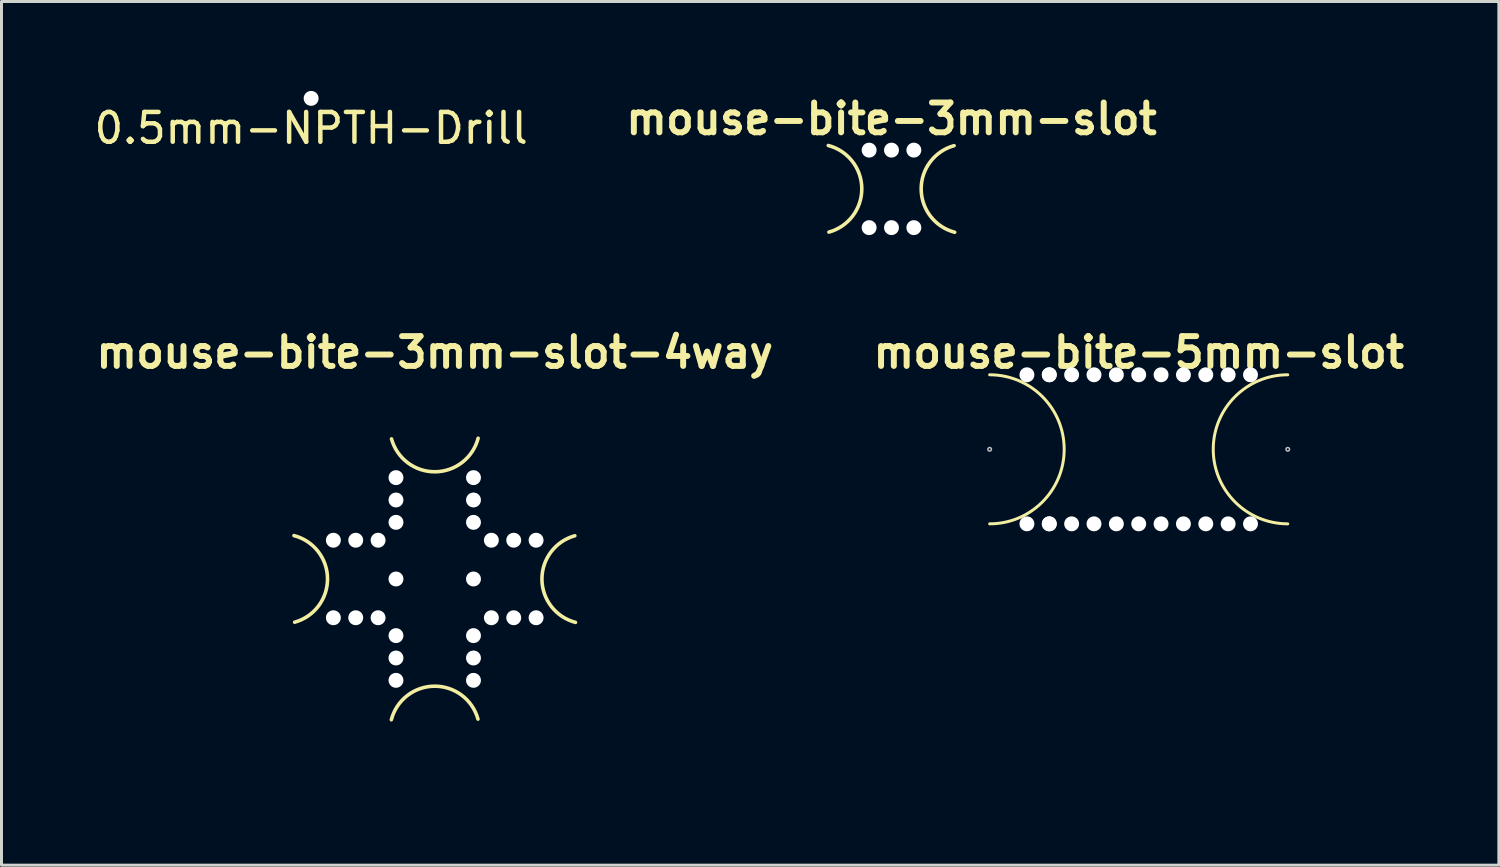
<source format=kicad_pcb>
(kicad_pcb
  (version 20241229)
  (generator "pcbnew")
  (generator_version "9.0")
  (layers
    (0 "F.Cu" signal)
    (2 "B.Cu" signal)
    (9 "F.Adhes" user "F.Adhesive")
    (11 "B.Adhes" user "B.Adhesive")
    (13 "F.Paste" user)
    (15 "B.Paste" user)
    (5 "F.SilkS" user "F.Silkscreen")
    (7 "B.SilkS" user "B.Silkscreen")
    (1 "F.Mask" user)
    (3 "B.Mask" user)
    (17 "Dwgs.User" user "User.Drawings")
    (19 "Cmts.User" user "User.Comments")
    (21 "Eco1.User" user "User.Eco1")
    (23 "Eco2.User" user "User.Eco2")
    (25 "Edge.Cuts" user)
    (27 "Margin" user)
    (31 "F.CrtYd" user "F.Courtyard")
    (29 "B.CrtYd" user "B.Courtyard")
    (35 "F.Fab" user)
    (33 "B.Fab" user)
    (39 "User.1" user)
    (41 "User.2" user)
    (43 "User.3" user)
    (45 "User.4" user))
  (footprint "0.5mm-NPTH-Drill"
    (layer "F.Cu")
    (at 7.387 0.25)
    (property "Reference" "0.5mm-NPTH-Drill" (at 0 1 0) (layer "F.SilkS") (effects (font (size 1 1) (thickness 0.15))))
    (attr through_hole)
    (pad "" np_thru_hole circle (at 0 0) (size 0.5 0.5) (drill 0.5) (layers "*.Cu" "*.Mask")))
  (footprint "mouse-bite-5mm-slot"
    (layer "F.Cu")
    (at 35.148 12.022)
    (property "Reference" "mouse-bite-5mm-slot" (at 0 -3.25 0) (layer "F.SilkS") (effects (font (size 1 1) (thickness 0.2))))
    (attr through_hole)
    (fp_arc (start -5 -2.5) (mid -2.5 0) (end -5 2.5) (stroke (width 0.1) (type solid)) (layer "F.SilkS"))
    (fp_arc (start 5 2.5) (mid 2.5 0) (end 5 -2.5) (stroke (width 0.1) (type solid)) (layer "F.SilkS"))
    (fp_circle (center -5 0) (end -4.94 0) (stroke (width 0.05) (type solid)) (fill no) (layer "Dwgs.User"))
    (fp_circle (center 5 0) (end 5.06 0) (stroke (width 0.05) (type solid)) (fill no) (layer "Dwgs.User"))
    (fp_line (start -5 0) (end -5 0) (stroke (width 5) (type solid)) (layer "Eco1.User"))
    (fp_line (start 5 0) (end 5 0) (stroke (width 5) (type solid)) (layer "Eco1.User"))
    (pad "" np_thru_hole circle (at -3.75 -2.5) (size 0.5 0.5) (drill 0.5) (layers "*.Cu" "*.Mask"))
    (pad "" np_thru_hole circle (at -3.75 2.5) (size 0.5 0.5) (drill 0.5) (layers "*.Cu" "*.Mask"))
    (pad "" np_thru_hole circle (at -3 -2.5) (size 0.5 0.5) (drill 0.5) (layers "*.Cu" "*.Mask"))
    (pad "" np_thru_hole circle (at -3 -2.5) (size 0.5 0.5) (drill 0.5) (layers "*.Cu" "*.Mask"))
    (pad "" np_thru_hole circle (at -3 2.5) (size 0.5 0.5) (drill 0.5) (layers "*.Cu" "*.Mask"))
    (pad "" np_thru_hole circle (at -3 2.5) (size 0.5 0.5) (drill 0.5) (layers "*.Cu" "*.Mask"))
    (pad "" np_thru_hole circle (at -2.25 -2.5) (size 0.5 0.5) (drill 0.5) (layers "*.Cu" "*.Mask"))
    (pad "" np_thru_hole circle (at -2.25 2.5) (size 0.5 0.5) (drill 0.5) (layers "*.Cu" "*.Mask"))
    (pad "" np_thru_hole circle (at -1.5 -2.5) (size 0.5 0.5) (drill 0.5) (layers "*.Cu" "*.Mask"))
    (pad "" np_thru_hole circle (at -1.5 2.5) (size 0.5 0.5) (drill 0.5) (layers "*.Cu" "*.Mask"))
    (pad "" np_thru_hole circle (at -0.75 -2.5) (size 0.5 0.5) (drill 0.5) (layers "*.Cu" "*.Mask"))
    (pad "" np_thru_hole circle (at -0.75 2.5) (size 0.5 0.5) (drill 0.5) (layers "*.Cu" "*.Mask"))
    (pad "" np_thru_hole circle (at 0 -2.5) (size 0.5 0.5) (drill 0.5) (layers "*.Cu" "*.Mask"))
    (pad "" np_thru_hole circle (at 0 2.5) (size 0.5 0.5) (drill 0.5) (layers "*.Cu" "*.Mask"))
    (pad "" np_thru_hole circle (at 0.75 -2.5) (size 0.5 0.5) (drill 0.5) (layers "*.Cu" "*.Mask"))
    (pad "" np_thru_hole circle (at 0.75 2.5) (size 0.5 0.5) (drill 0.5) (layers "*.Cu" "*.Mask"))
    (pad "" np_thru_hole circle (at 1.5 -2.5) (size 0.5 0.5) (drill 0.5) (layers "*.Cu" "*.Mask"))
    (pad "" np_thru_hole circle (at 1.5 2.5) (size 0.5 0.5) (drill 0.5) (layers "*.Cu" "*.Mask"))
    (pad "" np_thru_hole circle (at 2.25 -2.5) (size 0.5 0.5) (drill 0.5) (layers "*.Cu" "*.Mask"))
    (pad "" np_thru_hole circle (at 2.25 2.5) (size 0.5 0.5) (drill 0.5) (layers "*.Cu" "*.Mask"))
    (pad "" np_thru_hole circle (at 3 -2.5) (size 0.5 0.5) (drill 0.5) (layers "*.Cu" "*.Mask"))
    (pad "" np_thru_hole circle (at 3 2.5) (size 0.5 0.5) (drill 0.5) (layers "*.Cu" "*.Mask"))
    (pad "" np_thru_hole circle (at 3.75 -2.5) (size 0.5 0.5) (drill 0.5) (layers "*.Cu" "*.Mask"))
    (pad "" np_thru_hole circle (at 3.75 2.5) (size 0.5 0.5) (drill 0.5) (layers "*.Cu" "*.Mask")))
  (footprint "mouse-bite-3mm-slot"
    (layer "F.Cu")
    (at 26.855 3.286)
    (property "Reference" "mouse-bite-3mm-slot" (at 0 -2.35 0) (layer "F.SilkS") (effects (font (size 1 1) (thickness 0.2))))
    (attr through_hole)
    (fp_arc (start -2.120316 -1.455451) (mid -0.995877 -0.010517) (end -2.100001 1.449999) (stroke (width 0.12) (type solid)) (layer "F.SilkS"))
    (fp_arc (start 2.120316 1.455451) (mid 0.995877 0.010517) (end 2.100001 -1.449999) (stroke (width 0.12) (type solid)) (layer "F.SilkS"))
    (fp_line (start -2.5 0) (end -2.5 0) (stroke (width 3) (type solid)) (layer "Eco1.User"))
    (fp_line (start 2.5 0) (end 2.5 0) (stroke (width 3) (type solid)) (layer "Eco1.User"))
    (pad "" np_thru_hole circle (at -0.75 -1.3) (size 0.5 0.5) (drill 0.5) (layers "*.Cu" "*.Mask"))
    (pad "" np_thru_hole circle (at -0.75 1.3) (size 0.5 0.5) (drill 0.5) (layers "*.Cu" "*.Mask"))
    (pad "" np_thru_hole circle (at 0 -1.3) (size 0.5 0.5) (drill 0.5) (layers "*.Cu" "*.Mask"))
    (pad "" np_thru_hole circle (at 0 1.3) (size 0.5 0.5) (drill 0.5) (layers "*.Cu" "*.Mask"))
    (pad "" np_thru_hole circle (at 0.75 -1.3) (size 0.5 0.5) (drill 0.5) (layers "*.Cu" "*.Mask"))
    (pad "" np_thru_hole circle (at 0.75 1.3) (size 0.5 0.5) (drill 0.5) (layers "*.Cu" "*.Mask")))
  (footprint "mouse-bite-3mm-slot-4way"
    (layer "F.Cu")
    (at 11.533 16.372)
    (property "Reference" "mouse-bite-3mm-slot-4way" (at 0 -7.6 0) (layer "F.SilkS") (effects (font (size 1 1) (thickness 0.2))))
    (attr through_hole)
    (fp_arc (start -4.72141 -1.455737) (mid -3.59588 -0.011083) (end -4.7 1.45) (stroke (width 0.12) (type solid)) (layer "F.SilkS"))
    (fp_arc (start -1.455737 4.72141) (mid -0.011083 3.59588) (end 1.45 4.7) (stroke (width 0.12) (type solid)) (layer "F.SilkS"))
    (fp_arc (start 1.455737 -4.72141) (mid 0.011083 -3.59588) (end -1.45 -4.7) (stroke (width 0.12) (type solid)) (layer "F.SilkS"))
    (fp_arc (start 4.72141 1.455737) (mid 3.59588 0.011083) (end 4.7 -1.45) (stroke (width 0.12) (type solid)) (layer "F.SilkS"))
    (fp_line (start -5.1 0) (end -5.1 0) (stroke (width 3) (type solid)) (layer "Eco1.User"))
    (fp_line (start 0 -5.1) (end 0 -5.1) (stroke (width 3) (type solid)) (layer "Eco1.User"))
    (fp_line (start 0 5.1) (end 0 5.1) (stroke (width 3) (type solid)) (layer "Eco1.User"))
    (fp_line (start 5.1 0) (end 5.1 0) (stroke (width 3) (type solid)) (layer "Eco1.User"))
    (pad "" np_thru_hole circle (at -3.4 -1.3 180) (size 0.5 0.5) (drill 0.5) (layers "*.Cu" "*.Mask"))
    (pad "" np_thru_hole circle (at -3.4 1.3 180) (size 0.5 0.5) (drill 0.5) (layers "*.Cu" "*.Mask"))
    (pad "" np_thru_hole circle (at -2.65 -1.3 180) (size 0.5 0.5) (drill 0.5) (layers "*.Cu" "*.Mask"))
    (pad "" np_thru_hole circle (at -2.65 1.3 180) (size 0.5 0.5) (drill 0.5) (layers "*.Cu" "*.Mask"))
    (pad "" np_thru_hole circle (at -1.9 -1.3 180) (size 0.5 0.5) (drill 0.5) (layers "*.Cu" "*.Mask"))
    (pad "" np_thru_hole circle (at -1.9 1.3 180) (size 0.5 0.5) (drill 0.5) (layers "*.Cu" "*.Mask"))
    (pad "" np_thru_hole circle (at -1.3 -3.4 90) (size 0.5 0.5) (drill 0.5) (layers "*.Cu" "*.Mask"))
    (pad "" np_thru_hole circle (at -1.3 -2.65 90) (size 0.5 0.5) (drill 0.5) (layers "*.Cu" "*.Mask"))
    (pad "" np_thru_hole circle (at -1.3 -1.9 90) (size 0.5 0.5) (drill 0.5) (layers "*.Cu" "*.Mask"))
    (pad "" np_thru_hole circle (at -1.3 0 90) (size 0.5 0.5) (drill 0.5) (layers "*.Cu" "*.Mask"))
    (pad "" np_thru_hole circle (at -1.3 1.9 270) (size 0.5 0.5) (drill 0.5) (layers "*.Cu" "*.Mask"))
    (pad "" np_thru_hole circle (at -1.3 2.65 270) (size 0.5 0.5) (drill 0.5) (layers "*.Cu" "*.Mask"))
    (pad "" np_thru_hole circle (at -1.3 3.4 270) (size 0.5 0.5) (drill 0.5) (layers "*.Cu" "*.Mask"))
    (pad "" np_thru_hole circle (at 1.3 -3.4 90) (size 0.5 0.5) (drill 0.5) (layers "*.Cu" "*.Mask"))
    (pad "" np_thru_hole circle (at 1.3 -2.65 90) (size 0.5 0.5) (drill 0.5) (layers "*.Cu" "*.Mask"))
    (pad "" np_thru_hole circle (at 1.3 -1.9 90) (size 0.5 0.5) (drill 0.5) (layers "*.Cu" "*.Mask"))
    (pad "" np_thru_hole circle (at 1.3 0 90) (size 0.5 0.5) (drill 0.5) (layers "*.Cu" "*.Mask"))
    (pad "" np_thru_hole circle (at 1.3 1.9 270) (size 0.5 0.5) (drill 0.5) (layers "*.Cu" "*.Mask"))
    (pad "" np_thru_hole circle (at 1.3 2.65 270) (size 0.5 0.5) (drill 0.5) (layers "*.Cu" "*.Mask"))
    (pad "" np_thru_hole circle (at 1.3 3.4 270) (size 0.5 0.5) (drill 0.5) (layers "*.Cu" "*.Mask"))
    (pad "" np_thru_hole circle (at 1.9 -1.3) (size 0.5 0.5) (drill 0.5) (layers "*.Cu" "*.Mask"))
    (pad "" np_thru_hole circle (at 1.9 1.3) (size 0.5 0.5) (drill 0.5) (layers "*.Cu" "*.Mask"))
    (pad "" np_thru_hole circle (at 2.65 -1.3) (size 0.5 0.5) (drill 0.5) (layers "*.Cu" "*.Mask"))
    (pad "" np_thru_hole circle (at 2.65 1.3) (size 0.5 0.5) (drill 0.5) (layers "*.Cu" "*.Mask"))
    (pad "" np_thru_hole circle (at 3.4 -1.3) (size 0.5 0.5) (drill 0.5) (layers "*.Cu" "*.Mask"))
    (pad "" np_thru_hole circle (at 3.4 1.3) (size 0.5 0.5) (drill 0.5) (layers "*.Cu" "*.Mask")))
  (gr_rect
    (start -3 -3)
    (end 47.229 25.972)
    (stroke (width 0.1) (type default))
    (fill no)
    (layer "Edge.Cuts")))
</source>
